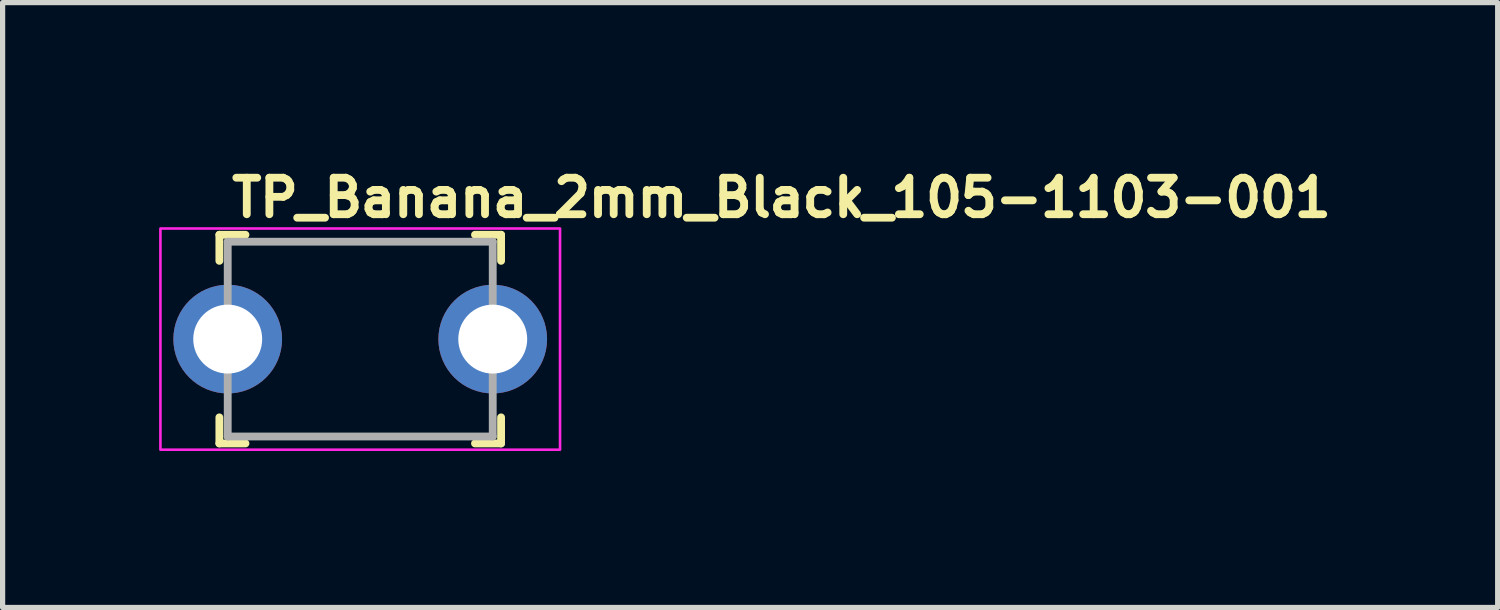
<source format=kicad_pcb>
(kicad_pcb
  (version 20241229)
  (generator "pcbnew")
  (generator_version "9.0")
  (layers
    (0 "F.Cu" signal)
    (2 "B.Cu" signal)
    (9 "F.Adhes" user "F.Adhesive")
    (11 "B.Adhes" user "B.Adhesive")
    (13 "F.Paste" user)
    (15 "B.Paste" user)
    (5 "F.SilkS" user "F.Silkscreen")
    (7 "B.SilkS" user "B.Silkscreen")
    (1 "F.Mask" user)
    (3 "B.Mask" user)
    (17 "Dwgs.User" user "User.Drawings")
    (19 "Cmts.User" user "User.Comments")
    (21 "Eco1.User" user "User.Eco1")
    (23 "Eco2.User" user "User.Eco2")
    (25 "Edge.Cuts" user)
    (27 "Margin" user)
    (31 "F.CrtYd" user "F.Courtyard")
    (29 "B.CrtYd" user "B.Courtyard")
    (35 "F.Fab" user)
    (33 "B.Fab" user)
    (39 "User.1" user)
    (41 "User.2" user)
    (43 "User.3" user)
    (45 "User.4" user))
  (footprint "TP_Banana_2mm_Black_105-1103-001"
    (layer "F.Cu")
    (at 1.315 3.45)
    (property "Reference" "TP_Banana_2mm_Black_105-1103-001" (at 0 -2.3 0) (layer "F.SilkS") (effects (font (size 0.7 0.7) (thickness 0.15)) (justify left bottom)))
    (attr through_hole)
    (fp_line (start -0.16 -2) (end -0.16 -1.5) (stroke (width 0.15) (type solid)) (layer "F.SilkS"))
    (fp_line (start -0.16 -2) (end 0.34 -2) (stroke (width 0.15) (type solid)) (layer "F.SilkS"))
    (fp_line (start -0.16 2) (end -0.16 1.5) (stroke (width 0.15) (type solid)) (layer "F.SilkS"))
    (fp_line (start -0.16 2) (end 0.34 2) (stroke (width 0.15) (type solid)) (layer "F.SilkS"))
    (fp_line (start 5.24 -2) (end 4.74 -2) (stroke (width 0.15) (type solid)) (layer "F.SilkS"))
    (fp_line (start 5.24 -2) (end 5.24 -1.5) (stroke (width 0.15) (type solid)) (layer "F.SilkS"))
    (fp_line (start 5.24 2) (end 4.74 2) (stroke (width 0.15) (type solid)) (layer "F.SilkS"))
    (fp_line (start 5.24 2) (end 5.24 1.5) (stroke (width 0.15) (type solid)) (layer "F.SilkS"))
    (fp_rect (start -1.29 -2.12) (end 6.37 2.12) (stroke (width 0.05) (type solid)) (fill no) (layer "F.CrtYd"))
    (fp_line (start 0 -1.867) (end 5.08 -1.867) (stroke (width 0.15) (type solid)) (layer "F.Fab"))
    (fp_line (start 0 1.867) (end 0 -1.867) (stroke (width 0.15) (type solid)) (layer "F.Fab"))
    (fp_line (start 0 1.867) (end 5.08 1.867) (stroke (width 0.15) (type solid)) (layer "F.Fab"))
    (fp_line (start 5.08 1.867) (end 5.08 -1.867) (stroke (width 0.15) (type solid)) (layer "F.Fab"))
    (fp_rect (start -0.154 -1.862) (end 5.23 1.872) (stroke (width 0.1) (type solid)) (fill no) (layer "User.5"))
    (fp_line (start -0.154 -1.862) (end -0.154 -1.857) (stroke (width 0.02) (type solid)) (layer "User.9"))
    (fp_line (start -0.154 -1.862) (end 5.23 -1.862) (stroke (width 0.02) (type solid)) (layer "User.9"))
    (fp_line (start -0.154 -1.857) (end -0.154 -1.857) (stroke (width 0.02) (type solid)) (layer "User.9"))
    (fp_line (start -0.154 -1.857) (end -0.154 -1.843) (stroke (width 0.02) (type solid)) (layer "User.9"))
    (fp_line (start -0.154 -1.843) (end -0.154 -1.843) (stroke (width 0.02) (type solid)) (layer "User.9"))
    (fp_line (start -0.154 -1.843) (end -0.154 -1.819) (stroke (width 0.02) (type solid)) (layer "User.9"))
    (fp_line (start -0.154 -1.819) (end -0.154 -1.819) (stroke (width 0.02) (type solid)) (layer "User.9"))
    (fp_line (start -0.154 -1.819) (end -0.154 -1.786) (stroke (width 0.02) (type solid)) (layer "User.9"))
    (fp_line (start -0.154 -1.786) (end -0.154 -1.786) (stroke (width 0.02) (type solid)) (layer "User.9"))
    (fp_line (start -0.154 -1.786) (end -0.154 -1.745) (stroke (width 0.02) (type solid)) (layer "User.9"))
    (fp_line (start -0.154 -1.745) (end -0.154 -1.745) (stroke (width 0.02) (type solid)) (layer "User.9"))
    (fp_line (start -0.154 -1.745) (end -0.154 -1.639) (stroke (width 0.02) (type solid)) (layer "User.9"))
    (fp_line (start -0.154 -1.639) (end -0.154 -1.639) (stroke (width 0.02) (type solid)) (layer "User.9"))
    (fp_line (start -0.154 -1.639) (end -0.154 -1.1) (stroke (width 0.02) (type solid)) (layer "User.9"))
    (fp_line (start -0.154 -1.1) (end -0.154 1.11) (stroke (width 0.02) (type solid)) (layer "User.9"))
    (fp_line (start -0.154 1.11) (end -0.154 1.649) (stroke (width 0.02) (type solid)) (layer "User.9"))
    (fp_line (start -0.154 1.649) (end -0.154 1.649) (stroke (width 0.02) (type solid)) (layer "User.9"))
    (fp_line (start -0.154 1.649) (end -0.154 1.706) (stroke (width 0.02) (type solid)) (layer "User.9"))
    (fp_line (start -0.154 1.706) (end -0.154 1.706) (stroke (width 0.02) (type solid)) (layer "User.9"))
    (fp_line (start -0.154 1.706) (end -0.154 1.755) (stroke (width 0.02) (type solid)) (layer "User.9"))
    (fp_line (start -0.154 1.755) (end -0.154 1.755) (stroke (width 0.02) (type solid)) (layer "User.9"))
    (fp_line (start -0.154 1.755) (end -0.154 1.796) (stroke (width 0.02) (type solid)) (layer "User.9"))
    (fp_line (start -0.154 1.796) (end -0.154 1.796) (stroke (width 0.02) (type solid)) (layer "User.9"))
    (fp_line (start -0.154 1.796) (end -0.154 1.829) (stroke (width 0.02) (type solid)) (layer "User.9"))
    (fp_line (start -0.154 1.829) (end -0.154 1.829) (stroke (width 0.02) (type solid)) (layer "User.9"))
    (fp_line (start -0.154 1.829) (end -0.154 1.853) (stroke (width 0.02) (type solid)) (layer "User.9"))
    (fp_line (start -0.154 1.853) (end -0.154 1.853) (stroke (width 0.02) (type solid)) (layer "User.9"))
    (fp_line (start -0.154 1.853) (end -0.154 1.867) (stroke (width 0.02) (type solid)) (layer "User.9"))
    (fp_line (start -0.154 1.867) (end -0.154 1.867) (stroke (width 0.02) (type solid)) (layer "User.9"))
    (fp_line (start -0.154 1.867) (end -0.154 1.872) (stroke (width 0.02) (type solid)) (layer "User.9"))
    (fp_line (start -0.154 1.872) (end 5.23 1.872) (stroke (width 0.02) (type solid)) (layer "User.9"))
    (fp_line (start 5.23 -1.862) (end 5.23 -1.857) (stroke (width 0.02) (type solid)) (layer "User.9"))
    (fp_line (start 5.23 -1.857) (end 5.23 -1.857) (stroke (width 0.02) (type solid)) (layer "User.9"))
    (fp_line (start 5.23 -1.857) (end 5.23 -1.843) (stroke (width 0.02) (type solid)) (layer "User.9"))
    (fp_line (start 5.23 -1.843) (end 5.23 -1.843) (stroke (width 0.02) (type solid)) (layer "User.9"))
    (fp_line (start 5.23 -1.843) (end 5.23 -1.819) (stroke (width 0.02) (type solid)) (layer "User.9"))
    (fp_line (start 5.23 -1.819) (end 5.23 -1.819) (stroke (width 0.02) (type solid)) (layer "User.9"))
    (fp_line (start 5.23 -1.819) (end 5.23 -1.786) (stroke (width 0.02) (type solid)) (layer "User.9"))
    (fp_line (start 5.23 -1.786) (end 5.23 -1.786) (stroke (width 0.02) (type solid)) (layer "User.9"))
    (fp_line (start 5.23 -1.786) (end 5.23 -1.745) (stroke (width 0.02) (type solid)) (layer "User.9"))
    (fp_line (start 5.23 -1.745) (end 5.23 -1.745) (stroke (width 0.02) (type solid)) (layer "User.9"))
    (fp_line (start 5.23 -1.745) (end 5.23 -1.639) (stroke (width 0.02) (type solid)) (layer "User.9"))
    (fp_line (start 5.23 -1.639) (end 5.23 -1.639) (stroke (width 0.02) (type solid)) (layer "User.9"))
    (fp_line (start 5.23 -1.639) (end 5.23 -1.1) (stroke (width 0.02) (type solid)) (layer "User.9"))
    (fp_line (start 5.23 -1.1) (end 5.23 1.11) (stroke (width 0.02) (type solid)) (layer "User.9"))
    (fp_line (start 5.23 1.11) (end 5.23 1.649) (stroke (width 0.02) (type solid)) (layer "User.9"))
    (fp_line (start 5.23 1.649) (end 5.23 1.649) (stroke (width 0.02) (type solid)) (layer "User.9"))
    (fp_line (start 5.23 1.649) (end 5.23 1.706) (stroke (width 0.02) (type solid)) (layer "User.9"))
    (fp_line (start 5.23 1.706) (end 5.23 1.706) (stroke (width 0.02) (type solid)) (layer "User.9"))
    (fp_line (start 5.23 1.706) (end 5.23 1.755) (stroke (width 0.02) (type solid)) (layer "User.9"))
    (fp_line (start 5.23 1.755) (end 5.23 1.755) (stroke (width 0.02) (type solid)) (layer "User.9"))
    (fp_line (start 5.23 1.755) (end 5.23 1.796) (stroke (width 0.02) (type solid)) (layer "User.9"))
    (fp_line (start 5.23 1.796) (end 5.23 1.796) (stroke (width 0.02) (type solid)) (layer "User.9"))
    (fp_line (start 5.23 1.796) (end 5.23 1.829) (stroke (width 0.02) (type solid)) (layer "User.9"))
    (fp_line (start 5.23 1.829) (end 5.23 1.829) (stroke (width 0.02) (type solid)) (layer "User.9"))
    (fp_line (start 5.23 1.829) (end 5.23 1.853) (stroke (width 0.02) (type solid)) (layer "User.9"))
    (fp_line (start 5.23 1.853) (end 5.23 1.853) (stroke (width 0.02) (type solid)) (layer "User.9"))
    (fp_line (start 5.23 1.853) (end 5.23 1.867) (stroke (width 0.02) (type solid)) (layer "User.9"))
    (fp_line (start 5.23 1.867) (end 5.23 1.867) (stroke (width 0.02) (type solid)) (layer "User.9"))
    (fp_line (start 5.23 1.867) (end 5.23 1.872) (stroke (width 0.02) (type solid)) (layer "User.9"))
    (pad "1" thru_hole circle (at 0 0) (size 2.083 2.083) (drill 1.321) (layers "*.Cu" "*.Mask"))
    (pad "1" thru_hole circle (at 5.08 0) (size 2.083 2.083) (drill 1.321) (layers "*.Cu" "*.Mask")))
  (gr_rect
    (start -3 -3)
    (end 25.658 8.595)
    (stroke (width 0.1) (type default))
    (fill no)
    (layer "Edge.Cuts")))
</source>
